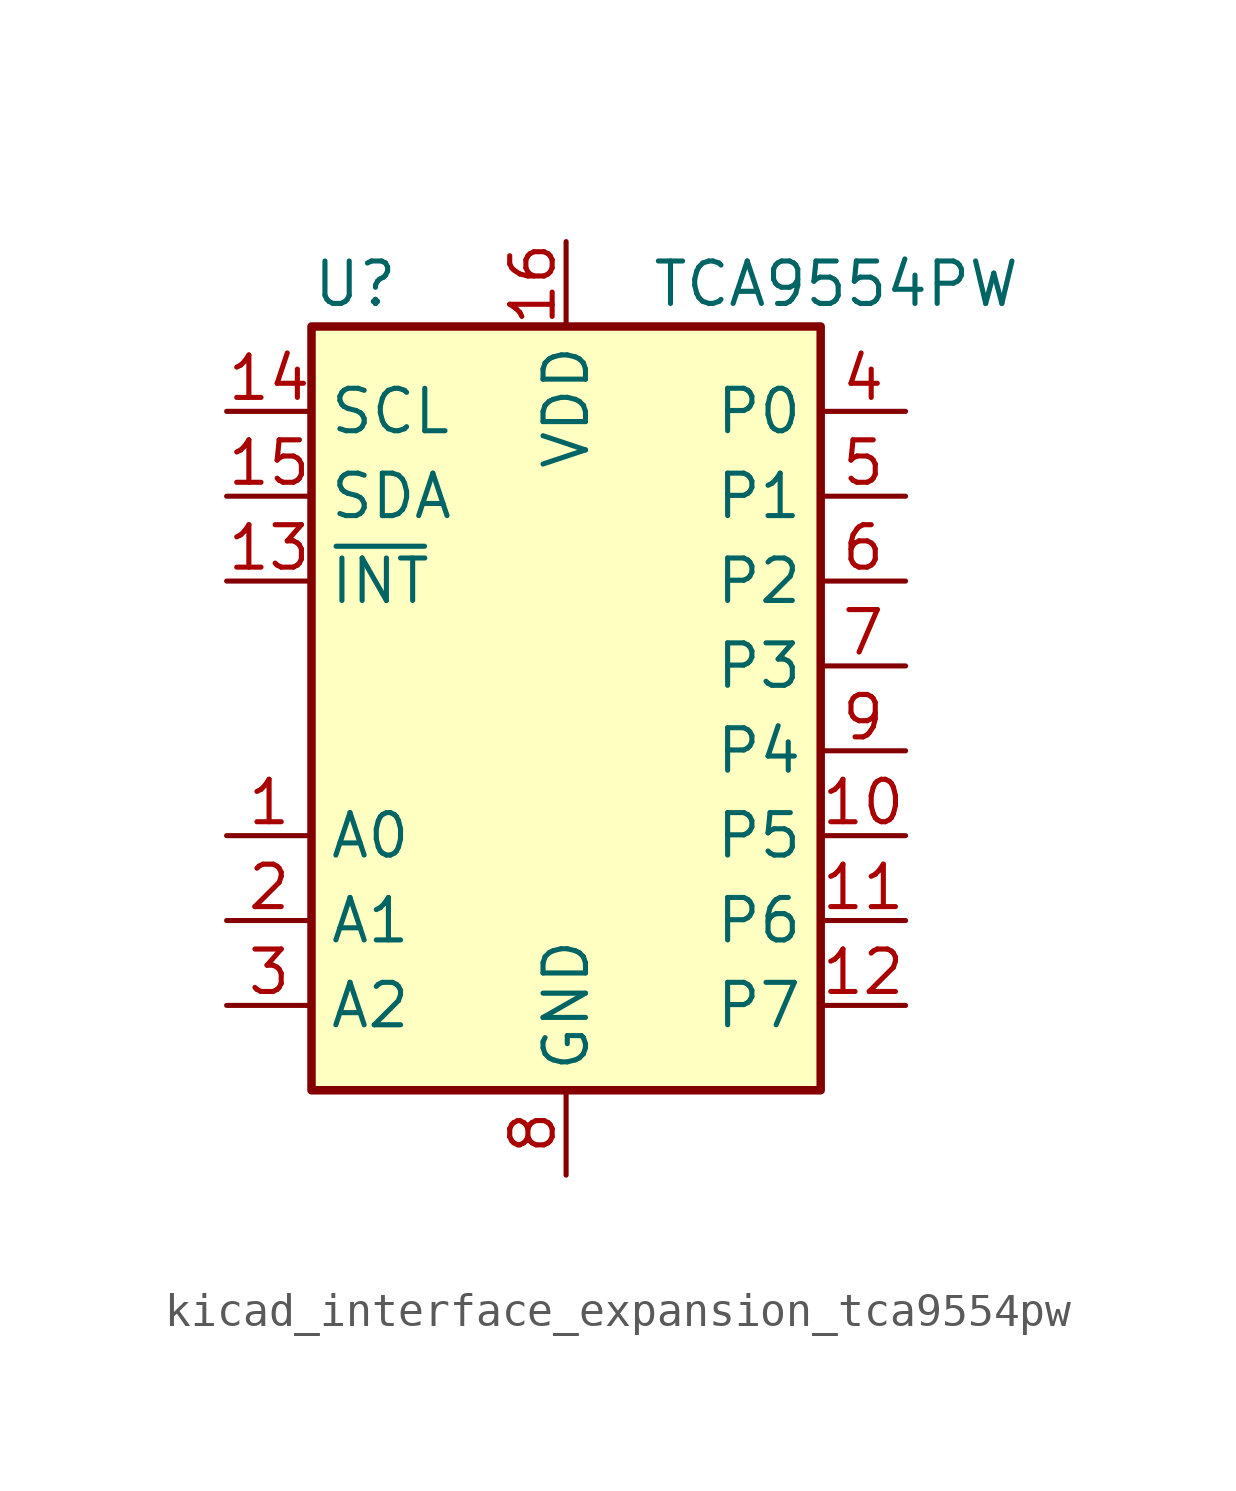
<source format=kicad_sym>
(kicad_symbol_lib
  (version 20220914)
  (generator kicad_symbol_editor)
  (symbol "kicad_interface_expansion_tca9554pw"
    (property "Reference" "U"
      (at -7.62 11.43 0)
      (effects (font (size 1.27 1.27)) (justify left)))
    (property "Value" "TCA9554PW"
      (at 2.54 11.43 0)
      (effects (font (size 1.27 1.27)) (justify left)))
    (symbol "kicad_interface_expansion_tca9554pw_0_1"
      (rectangle (start -7.62 -12.7) (end 7.62 10.16) (stroke (width 0.254) (type default)) (fill (type background))))
    (symbol "kicad_interface_expansion_tca9554pw_1_1"
      (pin input line (at -10.16 -5.08 0) (length 2.54) (name "A0" (effects (font (size 1.27 1.27)))) (number "1" (effects (font (size 1.27 1.27)))))
      (pin bidirectional line (at 10.16 -5.08 180) (length 2.54) (name "P5" (effects (font (size 1.27 1.27)))) (number "10" (effects (font (size 1.27 1.27)))))
      (pin bidirectional line (at 10.16 -7.62 180) (length 2.54) (name "P6" (effects (font (size 1.27 1.27)))) (number "11" (effects (font (size 1.27 1.27)))))
      (pin bidirectional line (at 10.16 -10.16 180) (length 2.54) (name "P7" (effects (font (size 1.27 1.27)))) (number "12" (effects (font (size 1.27 1.27)))))
      (pin open_collector line (at -10.16 2.54 0) (length 2.54) (name "~{INT}" (effects (font (size 1.27 1.27)))) (number "13" (effects (font (size 1.27 1.27)))))
      (pin input line (at -10.16 7.62 0) (length 2.54) (name "SCL" (effects (font (size 1.27 1.27)))) (number "14" (effects (font (size 1.27 1.27)))))
      (pin bidirectional line (at -10.16 5.08 0) (length 2.54) (name "SDA" (effects (font (size 1.27 1.27)))) (number "15" (effects (font (size 1.27 1.27)))))
      (pin power_in line (at 0 12.7 270) (length 2.54) (name "VDD" (effects (font (size 1.27 1.27)))) (number "16" (effects (font (size 1.27 1.27)))))
      (pin input line (at -10.16 -7.62 0) (length 2.54) (name "A1" (effects (font (size 1.27 1.27)))) (number "2" (effects (font (size 1.27 1.27)))))
      (pin input line (at -10.16 -10.16 0) (length 2.54) (name "A2" (effects (font (size 1.27 1.27)))) (number "3" (effects (font (size 1.27 1.27)))))
      (pin bidirectional line (at 10.16 7.62 180) (length 2.54) (name "P0" (effects (font (size 1.27 1.27)))) (number "4" (effects (font (size 1.27 1.27)))))
      (pin bidirectional line (at 10.16 5.08 180) (length 2.54) (name "P1" (effects (font (size 1.27 1.27)))) (number "5" (effects (font (size 1.27 1.27)))))
      (pin bidirectional line (at 10.16 2.54 180) (length 2.54) (name "P2" (effects (font (size 1.27 1.27)))) (number "6" (effects (font (size 1.27 1.27)))))
      (pin bidirectional line (at 10.16 0 180) (length 2.54) (name "P3" (effects (font (size 1.27 1.27)))) (number "7" (effects (font (size 1.27 1.27)))))
      (pin power_in line (at 0 -15.24 90) (length 2.54) (name "GND" (effects (font (size 1.27 1.27)))) (number "8" (effects (font (size 1.27 1.27)))))
      (pin bidirectional line (at 10.16 -2.54 180) (length 2.54) (name "P4" (effects (font (size 1.27 1.27)))) (number "9" (effects (font (size 1.27 1.27))))))))
</source>
